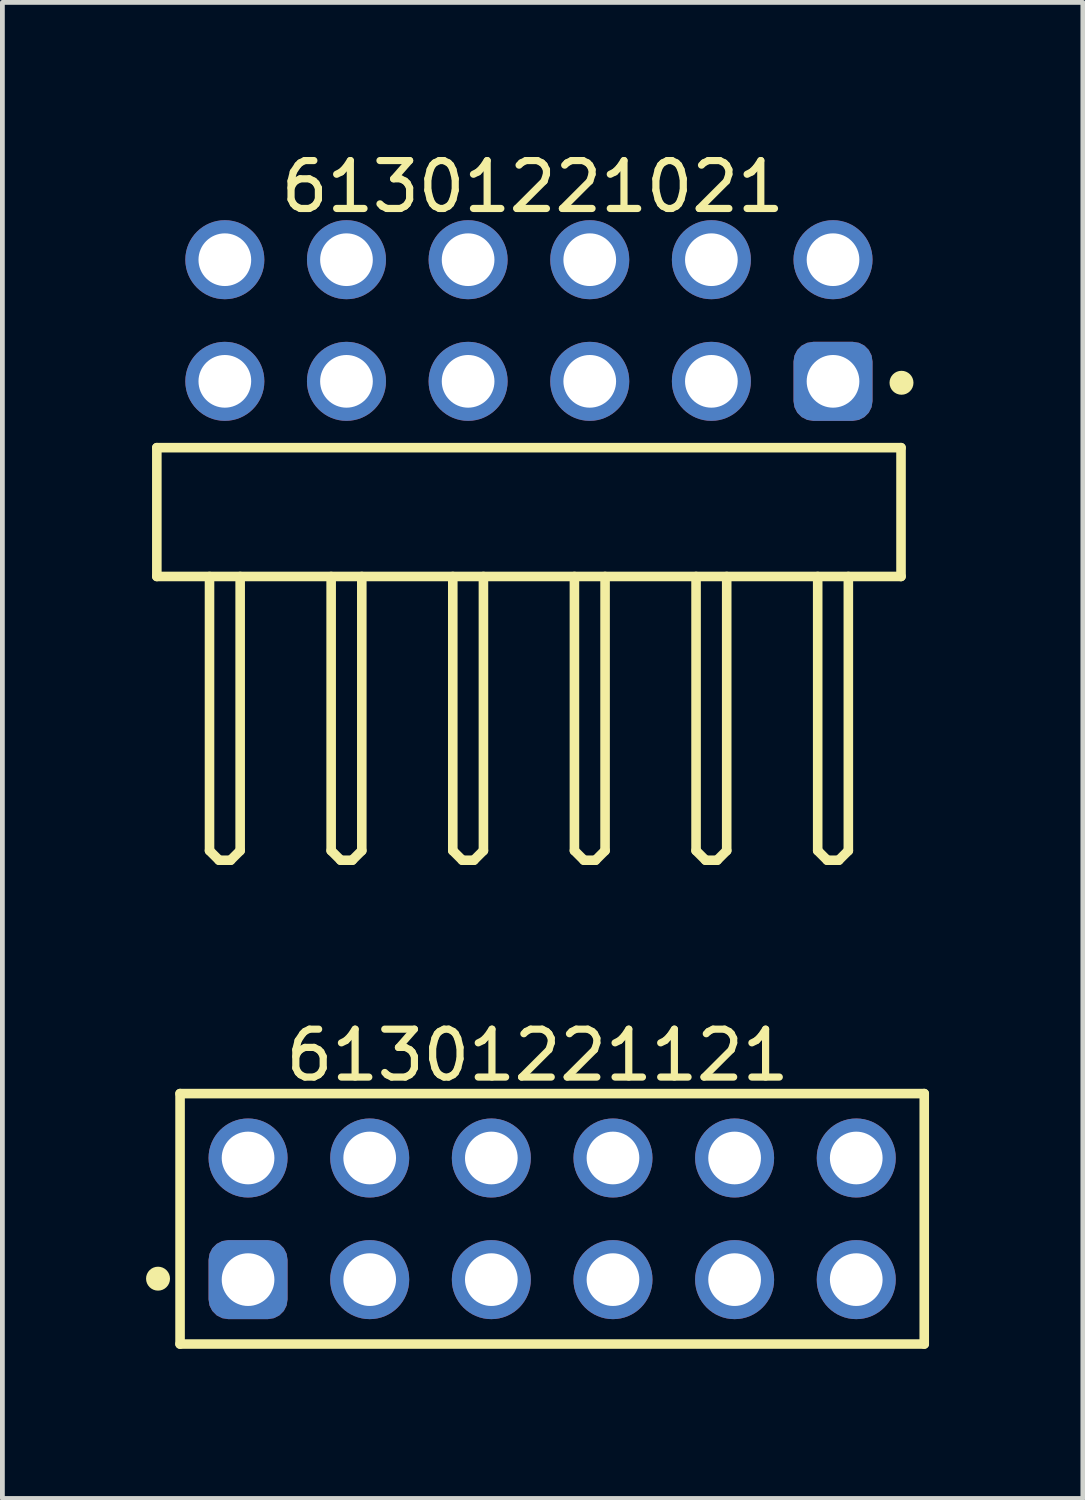
<source format=kicad_pcb>
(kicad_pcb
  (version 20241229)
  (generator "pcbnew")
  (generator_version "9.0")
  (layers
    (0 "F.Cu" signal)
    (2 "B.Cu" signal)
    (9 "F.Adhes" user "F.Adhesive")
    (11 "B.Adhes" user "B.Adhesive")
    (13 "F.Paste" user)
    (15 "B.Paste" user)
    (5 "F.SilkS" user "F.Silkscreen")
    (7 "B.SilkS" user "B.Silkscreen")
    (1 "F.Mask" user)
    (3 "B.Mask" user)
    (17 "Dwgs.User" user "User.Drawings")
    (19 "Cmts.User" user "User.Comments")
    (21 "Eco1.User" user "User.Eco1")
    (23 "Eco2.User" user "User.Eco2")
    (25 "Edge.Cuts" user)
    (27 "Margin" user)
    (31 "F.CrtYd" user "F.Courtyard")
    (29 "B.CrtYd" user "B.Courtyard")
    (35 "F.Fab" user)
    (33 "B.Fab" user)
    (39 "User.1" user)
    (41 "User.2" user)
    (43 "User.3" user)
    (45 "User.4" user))
  (footprint "61301221021"
    (layer "F.Cu")
    (at 7.995 7.643)
    (property "Reference" "61301221021" (at 0.08 -6.795 0) (layer "F.SilkS") (effects (font (size 1 1) (thickness 0.15))))
    (fp_line (start -7.77 -1.345) (end 7.77 -1.345) (stroke (width 0.2) (type solid)) (layer "F.SilkS"))
    (fp_line (start -7.77 1.345) (end -7.77 -1.345) (stroke (width 0.2) (type solid)) (layer "F.SilkS"))
    (fp_line (start -7.77 1.345) (end 7.77 1.345) (stroke (width 0.2) (type solid)) (layer "F.SilkS"))
    (fp_line (start -6.67 7.07) (end -6.67 1.345) (stroke (width 0.2) (type solid)) (layer "F.SilkS"))
    (fp_line (start -6.67 7.07) (end -6.47 7.27) (stroke (width 0.2) (type solid)) (layer "F.SilkS"))
    (fp_line (start -6.47 7.27) (end -6.23 7.27) (stroke (width 0.2) (type solid)) (layer "F.SilkS"))
    (fp_line (start -6.23 7.27) (end -6.03 7.07) (stroke (width 0.2) (type solid)) (layer "F.SilkS"))
    (fp_line (start -6.03 7.07) (end -6.03 1.345) (stroke (width 0.2) (type solid)) (layer "F.SilkS"))
    (fp_line (start -4.13 7.07) (end -4.13 1.345) (stroke (width 0.2) (type solid)) (layer "F.SilkS"))
    (fp_line (start -4.13 7.07) (end -3.93 7.27) (stroke (width 0.2) (type solid)) (layer "F.SilkS"))
    (fp_line (start -3.93 7.27) (end -3.69 7.27) (stroke (width 0.2) (type solid)) (layer "F.SilkS"))
    (fp_line (start -3.69 7.27) (end -3.49 7.07) (stroke (width 0.2) (type solid)) (layer "F.SilkS"))
    (fp_line (start -3.49 7.07) (end -3.49 1.345) (stroke (width 0.2) (type solid)) (layer "F.SilkS"))
    (fp_line (start -1.59 7.07) (end -1.59 1.345) (stroke (width 0.2) (type solid)) (layer "F.SilkS"))
    (fp_line (start -1.59 7.07) (end -1.39 7.27) (stroke (width 0.2) (type solid)) (layer "F.SilkS"))
    (fp_line (start -1.39 7.27) (end -1.15 7.27) (stroke (width 0.2) (type solid)) (layer "F.SilkS"))
    (fp_line (start -1.15 7.27) (end -0.95 7.07) (stroke (width 0.2) (type solid)) (layer "F.SilkS"))
    (fp_line (start -0.95 7.07) (end -0.95 1.345) (stroke (width 0.2) (type solid)) (layer "F.SilkS"))
    (fp_line (start 0.95 7.07) (end 0.95 1.345) (stroke (width 0.2) (type solid)) (layer "F.SilkS"))
    (fp_line (start 0.95 7.07) (end 1.15 7.27) (stroke (width 0.2) (type solid)) (layer "F.SilkS"))
    (fp_line (start 1.15 7.27) (end 1.39 7.27) (stroke (width 0.2) (type solid)) (layer "F.SilkS"))
    (fp_line (start 1.39 7.27) (end 1.59 7.07) (stroke (width 0.2) (type solid)) (layer "F.SilkS"))
    (fp_line (start 1.59 7.07) (end 1.59 1.345) (stroke (width 0.2) (type solid)) (layer "F.SilkS"))
    (fp_line (start 3.49 7.07) (end 3.49 1.345) (stroke (width 0.2) (type solid)) (layer "F.SilkS"))
    (fp_line (start 3.49 7.07) (end 3.69 7.27) (stroke (width 0.2) (type solid)) (layer "F.SilkS"))
    (fp_line (start 3.69 7.27) (end 3.93 7.27) (stroke (width 0.2) (type solid)) (layer "F.SilkS"))
    (fp_line (start 3.93 7.27) (end 4.13 7.07) (stroke (width 0.2) (type solid)) (layer "F.SilkS"))
    (fp_line (start 4.13 7.07) (end 4.13 1.345) (stroke (width 0.2) (type solid)) (layer "F.SilkS"))
    (fp_line (start 6.03 7.07) (end 6.03 1.345) (stroke (width 0.2) (type solid)) (layer "F.SilkS"))
    (fp_line (start 6.03 7.07) (end 6.23 7.27) (stroke (width 0.2) (type solid)) (layer "F.SilkS"))
    (fp_line (start 6.23 7.27) (end 6.47 7.27) (stroke (width 0.2) (type solid)) (layer "F.SilkS"))
    (fp_line (start 6.47 7.27) (end 6.67 7.07) (stroke (width 0.2) (type solid)) (layer "F.SilkS"))
    (fp_line (start 6.67 7.07) (end 6.67 1.345) (stroke (width 0.2) (type solid)) (layer "F.SilkS"))
    (fp_line (start 7.77 1.345) (end 7.77 -1.345) (stroke (width 0.2) (type solid)) (layer "F.SilkS"))
    (fp_circle (center 7.78 -2.7) (end 7.78 -2.825) (stroke (width 0.25) (type solid)) (fill no) (layer "F.SilkS"))
    (fp_line (start -7.97 -6.295) (end 7.97 -6.295) (stroke (width 0.05) (type solid)) (layer "Eco2.User"))
    (fp_line (start -7.97 7.47) (end -7.97 -6.295) (stroke (width 0.05) (type solid)) (layer "Eco2.User"))
    (fp_line (start -7.97 7.47) (end 7.97 7.47) (stroke (width 0.05) (type solid)) (layer "Eco2.User"))
    (fp_line (start -7.62 -1.27) (end 7.62 -1.27) (stroke (width 0.1) (type solid)) (layer "Eco2.User"))
    (fp_line (start -7.62 1.27) (end -7.62 -1.27) (stroke (width 0.1) (type solid)) (layer "Eco2.User"))
    (fp_line (start -7.62 1.27) (end 7.62 1.27) (stroke (width 0.1) (type solid)) (layer "Eco2.User"))
    (fp_line (start -6.67 -5.63) (end -6.03 -5.63) (stroke (width 0.1) (type solid)) (layer "Eco2.User"))
    (fp_line (start -6.67 -3.09) (end -6.03 -3.09) (stroke (width 0.1) (type solid)) (layer "Eco2.User"))
    (fp_line (start -6.67 -1.27) (end -6.67 -5.63) (stroke (width 0.1) (type solid)) (layer "Eco2.User"))
    (fp_line (start -6.67 7.07) (end -6.67 1.27) (stroke (width 0.1) (type solid)) (layer "Eco2.User"))
    (fp_line (start -6.67 7.07) (end -6.47 7.27) (stroke (width 0.1) (type solid)) (layer "Eco2.User"))
    (fp_line (start -6.47 7.27) (end -6.23 7.27) (stroke (width 0.1) (type solid)) (layer "Eco2.User"))
    (fp_line (start -6.23 7.27) (end -6.03 7.07) (stroke (width 0.1) (type solid)) (layer "Eco2.User"))
    (fp_line (start -6.03 -1.27) (end -6.03 -5.63) (stroke (width 0.1) (type solid)) (layer "Eco2.User"))
    (fp_line (start -6.03 7.07) (end -6.03 1.27) (stroke (width 0.1) (type solid)) (layer "Eco2.User"))
    (fp_line (start -4.13 -5.63) (end -3.49 -5.63) (stroke (width 0.1) (type solid)) (layer "Eco2.User"))
    (fp_line (start -4.13 -3.09) (end -3.49 -3.09) (stroke (width 0.1) (type solid)) (layer "Eco2.User"))
    (fp_line (start -4.13 -1.27) (end -4.13 -5.63) (stroke (width 0.1) (type solid)) (layer "Eco2.User"))
    (fp_line (start -4.13 7.07) (end -4.13 1.27) (stroke (width 0.1) (type solid)) (layer "Eco2.User"))
    (fp_line (start -4.13 7.07) (end -3.93 7.27) (stroke (width 0.1) (type solid)) (layer "Eco2.User"))
    (fp_line (start -3.93 7.27) (end -3.69 7.27) (stroke (width 0.1) (type solid)) (layer "Eco2.User"))
    (fp_line (start -3.69 7.27) (end -3.49 7.07) (stroke (width 0.1) (type solid)) (layer "Eco2.User"))
    (fp_line (start -3.49 -1.27) (end -3.49 -5.63) (stroke (width 0.1) (type solid)) (layer "Eco2.User"))
    (fp_line (start -3.49 7.07) (end -3.49 1.27) (stroke (width 0.1) (type solid)) (layer "Eco2.User"))
    (fp_line (start -1.59 -5.63) (end -0.95 -5.63) (stroke (width 0.1) (type solid)) (layer "Eco2.User"))
    (fp_line (start -1.59 -3.09) (end -0.95 -3.09) (stroke (width 0.1) (type solid)) (layer "Eco2.User"))
    (fp_line (start -1.59 -1.27) (end -1.59 -5.63) (stroke (width 0.1) (type solid)) (layer "Eco2.User"))
    (fp_line (start -1.59 7.07) (end -1.59 1.27) (stroke (width 0.1) (type solid)) (layer "Eco2.User"))
    (fp_line (start -1.59 7.07) (end -1.39 7.27) (stroke (width 0.1) (type solid)) (layer "Eco2.User"))
    (fp_line (start -1.39 7.27) (end -1.15 7.27) (stroke (width 0.1) (type solid)) (layer "Eco2.User"))
    (fp_line (start -1.15 7.27) (end -0.95 7.07) (stroke (width 0.1) (type solid)) (layer "Eco2.User"))
    (fp_line (start -0.95 -1.27) (end -0.95 -5.63) (stroke (width 0.1) (type solid)) (layer "Eco2.User"))
    (fp_line (start -0.95 7.07) (end -0.95 1.27) (stroke (width 0.1) (type solid)) (layer "Eco2.User"))
    (fp_line (start -0.5 0) (end 0.5 0) (stroke (width 0.05) (type solid)) (layer "Eco2.User"))
    (fp_line (start 0 0.5) (end 0 -0.5) (stroke (width 0.05) (type solid)) (layer "Eco2.User"))
    (fp_line (start 0.95 -5.63) (end 1.59 -5.63) (stroke (width 0.1) (type solid)) (layer "Eco2.User"))
    (fp_line (start 0.95 -3.09) (end 1.59 -3.09) (stroke (width 0.1) (type solid)) (layer "Eco2.User"))
    (fp_line (start 0.95 -1.27) (end 0.95 -5.63) (stroke (width 0.1) (type solid)) (layer "Eco2.User"))
    (fp_line (start 0.95 7.07) (end 0.95 1.27) (stroke (width 0.1) (type solid)) (layer "Eco2.User"))
    (fp_line (start 0.95 7.07) (end 1.15 7.27) (stroke (width 0.1) (type solid)) (layer "Eco2.User"))
    (fp_line (start 1.15 7.27) (end 1.39 7.27) (stroke (width 0.1) (type solid)) (layer "Eco2.User"))
    (fp_line (start 1.39 7.27) (end 1.59 7.07) (stroke (width 0.1) (type solid)) (layer "Eco2.User"))
    (fp_line (start 1.59 -1.27) (end 1.59 -5.63) (stroke (width 0.1) (type solid)) (layer "Eco2.User"))
    (fp_line (start 1.59 7.07) (end 1.59 1.27) (stroke (width 0.1) (type solid)) (layer "Eco2.User"))
    (fp_line (start 3.49 -5.63) (end 4.13 -5.63) (stroke (width 0.1) (type solid)) (layer "Eco2.User"))
    (fp_line (start 3.49 -3.09) (end 4.13 -3.09) (stroke (width 0.1) (type solid)) (layer "Eco2.User"))
    (fp_line (start 3.49 -1.27) (end 3.49 -5.63) (stroke (width 0.1) (type solid)) (layer "Eco2.User"))
    (fp_line (start 3.49 7.07) (end 3.49 1.27) (stroke (width 0.1) (type solid)) (layer "Eco2.User"))
    (fp_line (start 3.49 7.07) (end 3.69 7.27) (stroke (width 0.1) (type solid)) (layer "Eco2.User"))
    (fp_line (start 3.69 7.27) (end 3.93 7.27) (stroke (width 0.1) (type solid)) (layer "Eco2.User"))
    (fp_line (start 3.93 7.27) (end 4.13 7.07) (stroke (width 0.1) (type solid)) (layer "Eco2.User"))
    (fp_line (start 4.13 -1.27) (end 4.13 -5.63) (stroke (width 0.1) (type solid)) (layer "Eco2.User"))
    (fp_line (start 4.13 7.07) (end 4.13 1.27) (stroke (width 0.1) (type solid)) (layer "Eco2.User"))
    (fp_line (start 6.03 -5.63) (end 6.67 -5.63) (stroke (width 0.1) (type solid)) (layer "Eco2.User"))
    (fp_line (start 6.03 -3.09) (end 6.67 -3.09) (stroke (width 0.1) (type solid)) (layer "Eco2.User"))
    (fp_line (start 6.03 -1.27) (end 6.03 -5.63) (stroke (width 0.1) (type solid)) (layer "Eco2.User"))
    (fp_line (start 6.03 7.07) (end 6.03 1.27) (stroke (width 0.1) (type solid)) (layer "Eco2.User"))
    (fp_line (start 6.03 7.07) (end 6.23 7.27) (stroke (width 0.1) (type solid)) (layer "Eco2.User"))
    (fp_line (start 6.23 7.27) (end 6.47 7.27) (stroke (width 0.1) (type solid)) (layer "Eco2.User"))
    (fp_line (start 6.47 7.27) (end 6.67 7.07) (stroke (width 0.1) (type solid)) (layer "Eco2.User"))
    (fp_line (start 6.67 -1.27) (end 6.67 -5.63) (stroke (width 0.1) (type solid)) (layer "Eco2.User"))
    (fp_line (start 6.67 7.07) (end 6.67 1.27) (stroke (width 0.1) (type solid)) (layer "Eco2.User"))
    (fp_line (start 7.62 1.27) (end 7.62 -1.27) (stroke (width 0.1) (type solid)) (layer "Eco2.User"))
    (fp_line (start 7.97 7.47) (end 7.97 -6.295) (stroke (width 0.05) (type solid)) (layer "Eco2.User"))
    (fp_text user "${REFERENCE}" (at 0.15 -0.197 0) (unlocked yes) (layer "User.3") (effects (font (size 1.5 1.5) (thickness 0.15))))
    (pad "1" thru_hole roundrect (at 6.35 -2.73) (size 1.65 1.65) (drill 1.1) (layers "*.Cu" "*.Mask") (roundrect_rratio 0.25))
    (pad "2" thru_hole circle (at 6.35 -5.27) (size 1.65 1.65) (drill 1.1) (layers "*.Cu" "*.Mask"))
    (pad "3" thru_hole circle (at 3.81 -2.73) (size 1.65 1.65) (drill 1.1) (layers "*.Cu" "*.Mask"))
    (pad "4" thru_hole circle (at 3.81 -5.27) (size 1.65 1.65) (drill 1.1) (layers "*.Cu" "*.Mask"))
    (pad "5" thru_hole circle (at 1.27 -2.73) (size 1.65 1.65) (drill 1.1) (layers "*.Cu" "*.Mask"))
    (pad "6" thru_hole circle (at 1.27 -5.27) (size 1.65 1.65) (drill 1.1) (layers "*.Cu" "*.Mask"))
    (pad "7" thru_hole circle (at -1.27 -2.73) (size 1.65 1.65) (drill 1.1) (layers "*.Cu" "*.Mask"))
    (pad "8" thru_hole circle (at -1.27 -5.27) (size 1.65 1.65) (drill 1.1) (layers "*.Cu" "*.Mask"))
    (pad "9" thru_hole circle (at -3.81 -2.73) (size 1.65 1.65) (drill 1.1) (layers "*.Cu" "*.Mask"))
    (pad "10" thru_hole circle (at -3.81 -5.27) (size 1.65 1.65) (drill 1.1) (layers "*.Cu" "*.Mask"))
    (pad "11" thru_hole circle (at -6.35 -2.73) (size 1.65 1.65) (drill 1.1) (layers "*.Cu" "*.Mask"))
    (pad "12" thru_hole circle (at -6.35 -5.27) (size 1.65 1.65) (drill 1.1) (layers "*.Cu" "*.Mask")))
  (footprint "61301221121"
    (layer "F.Cu")
    (at 8.48 22.401)
    (property "Reference" "61301221121" (at -0.305 -3.415 0) (layer "F.SilkS") (effects (font (size 1 1) (thickness 0.15))))
    (fp_line (start -7.77 -2.615) (end 7.77 -2.615) (stroke (width 0.2) (type solid)) (layer "F.SilkS"))
    (fp_line (start -7.77 2.615) (end -7.77 -2.615) (stroke (width 0.2) (type solid)) (layer "F.SilkS"))
    (fp_line (start -7.77 2.615) (end 7.77 2.615) (stroke (width 0.2) (type solid)) (layer "F.SilkS"))
    (fp_line (start 7.77 2.615) (end 7.77 -2.615) (stroke (width 0.2) (type solid)) (layer "F.SilkS"))
    (fp_circle (center -8.23 1.25) (end -8.23 1.125) (stroke (width 0.25) (type solid)) (fill no) (layer "F.SilkS"))
    (fp_line (start -7.97 -2.815) (end 7.97 -2.815) (stroke (width 0.05) (type solid)) (layer "Eco2.User"))
    (fp_line (start -7.97 2.815) (end -7.97 -2.815) (stroke (width 0.05) (type solid)) (layer "Eco2.User"))
    (fp_line (start -7.97 2.815) (end 7.97 2.815) (stroke (width 0.05) (type solid)) (layer "Eco2.User"))
    (fp_line (start -7.62 -2.54) (end 7.62 -2.54) (stroke (width 0.1) (type solid)) (layer "Eco2.User"))
    (fp_line (start -7.62 2.54) (end -7.62 -2.54) (stroke (width 0.1) (type solid)) (layer "Eco2.User"))
    (fp_line (start -7.62 2.54) (end 7.62 2.54) (stroke (width 0.1) (type solid)) (layer "Eco2.User"))
    (fp_line (start -0.5 0) (end 0.5 0) (stroke (width 0.05) (type solid)) (layer "Eco2.User"))
    (fp_line (start 0 0.5) (end 0 -0.5) (stroke (width 0.05) (type solid)) (layer "Eco2.User"))
    (fp_line (start 7.62 2.54) (end 7.62 -2.54) (stroke (width 0.1) (type solid)) (layer "Eco2.User"))
    (fp_line (start 7.97 2.815) (end 7.97 -2.815) (stroke (width 0.05) (type solid)) (layer "Eco2.User"))
    (fp_text user "${REFERENCE}" (at 0.15 -0.197 0) (unlocked yes) (layer "User.3") (effects (font (size 1.5 1.5) (thickness 0.15))))
    (pad "1" thru_hole roundrect (at -6.35 1.27) (size 1.65 1.65) (drill 1.1) (layers "*.Cu" "*.Mask") (roundrect_rratio 0.25))
    (pad "2" thru_hole circle (at -6.35 -1.27) (size 1.65 1.65) (drill 1.1) (layers "*.Cu" "*.Mask"))
    (pad "3" thru_hole circle (at -3.81 1.27) (size 1.65 1.65) (drill 1.1) (layers "*.Cu" "*.Mask"))
    (pad "4" thru_hole circle (at -3.81 -1.27) (size 1.65 1.65) (drill 1.1) (layers "*.Cu" "*.Mask"))
    (pad "5" thru_hole circle (at -1.27 1.27) (size 1.65 1.65) (drill 1.1) (layers "*.Cu" "*.Mask"))
    (pad "6" thru_hole circle (at -1.27 -1.27) (size 1.65 1.65) (drill 1.1) (layers "*.Cu" "*.Mask"))
    (pad "7" thru_hole circle (at 1.27 1.27) (size 1.65 1.65) (drill 1.1) (layers "*.Cu" "*.Mask"))
    (pad "8" thru_hole circle (at 1.27 -1.27) (size 1.65 1.65) (drill 1.1) (layers "*.Cu" "*.Mask"))
    (pad "9" thru_hole circle (at 3.81 1.27) (size 1.65 1.65) (drill 1.1) (layers "*.Cu" "*.Mask"))
    (pad "10" thru_hole circle (at 3.81 -1.27) (size 1.65 1.65) (drill 1.1) (layers "*.Cu" "*.Mask"))
    (pad "11" thru_hole circle (at 6.35 1.27) (size 1.65 1.65) (drill 1.1) (layers "*.Cu" "*.Mask"))
    (pad "12" thru_hole circle (at 6.35 -1.27) (size 1.65 1.65) (drill 1.1) (layers "*.Cu" "*.Mask")))
  (gr_rect
    (start -3 -3)
    (end 19.562 28.241)
    (stroke (width 0.1) (type default))
    (fill no)
    (layer "Edge.Cuts")))
</source>
